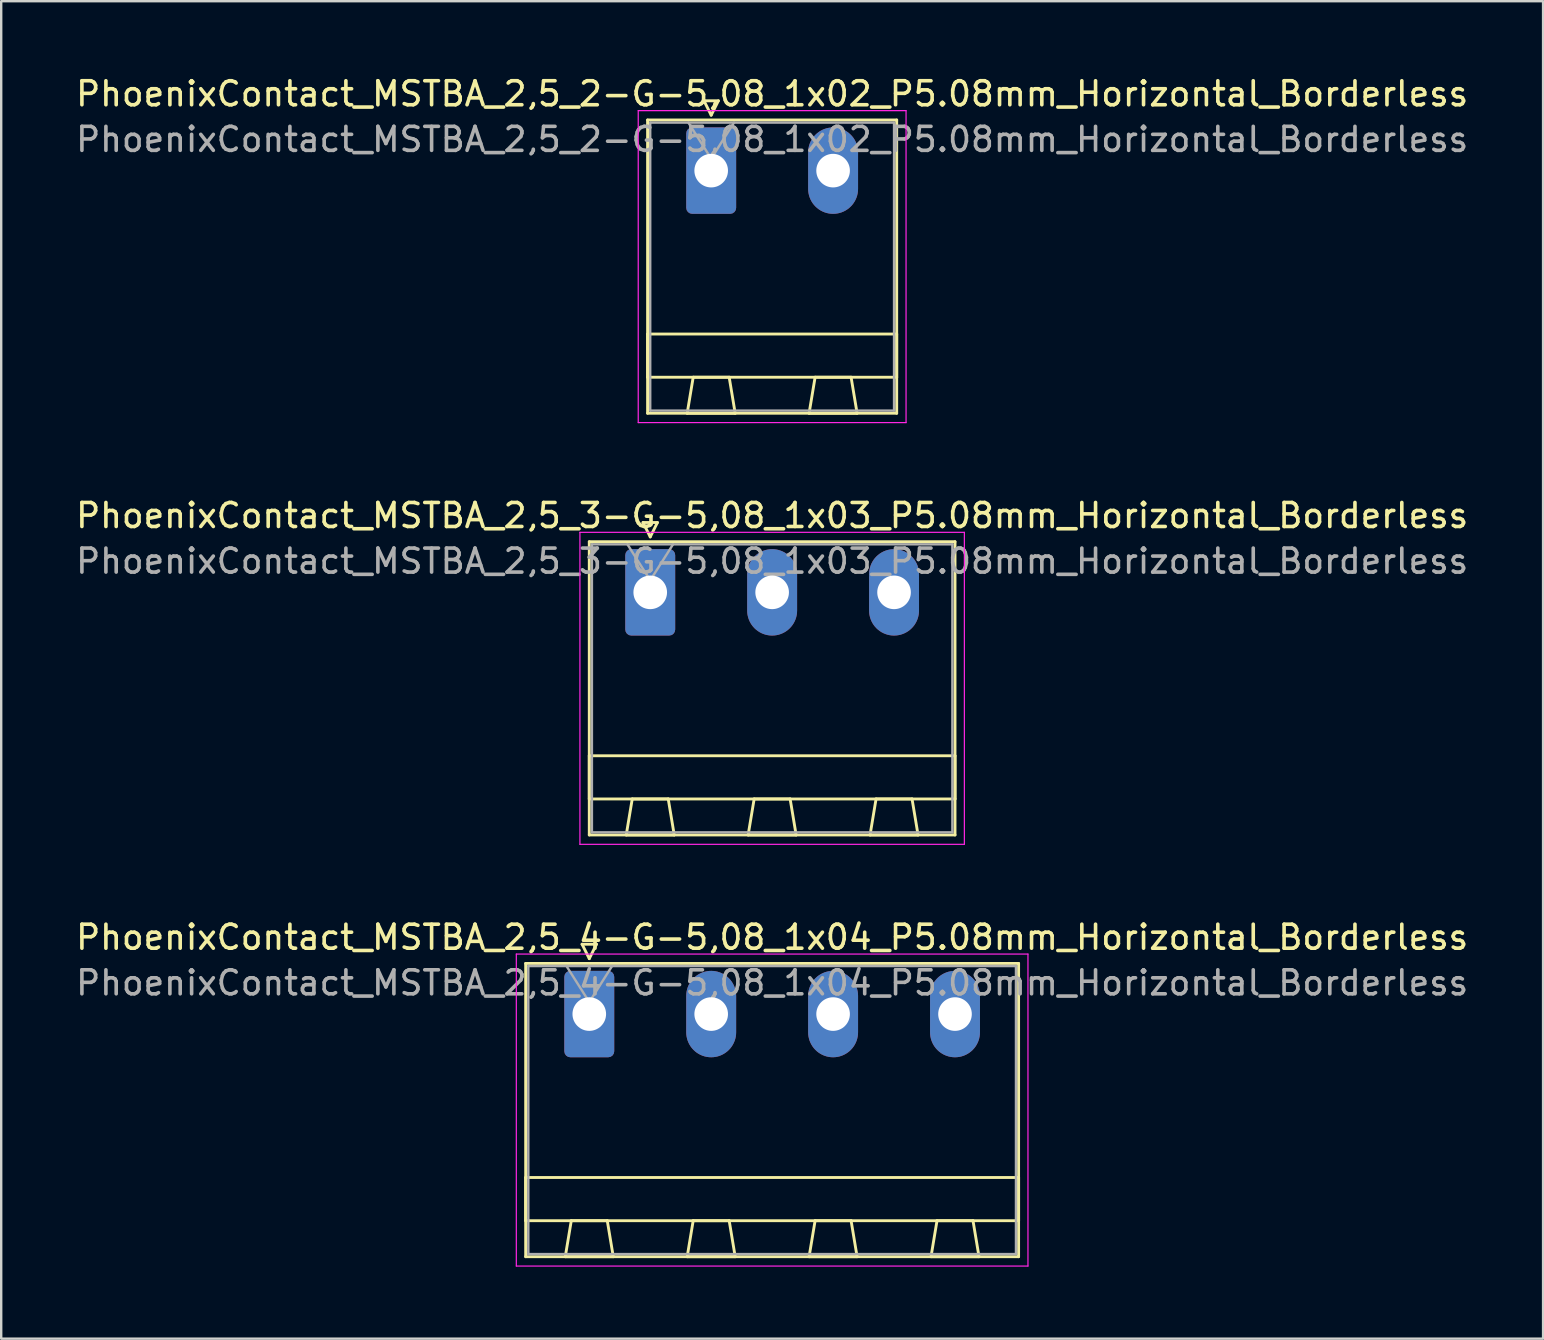
<source format=kicad_pcb>
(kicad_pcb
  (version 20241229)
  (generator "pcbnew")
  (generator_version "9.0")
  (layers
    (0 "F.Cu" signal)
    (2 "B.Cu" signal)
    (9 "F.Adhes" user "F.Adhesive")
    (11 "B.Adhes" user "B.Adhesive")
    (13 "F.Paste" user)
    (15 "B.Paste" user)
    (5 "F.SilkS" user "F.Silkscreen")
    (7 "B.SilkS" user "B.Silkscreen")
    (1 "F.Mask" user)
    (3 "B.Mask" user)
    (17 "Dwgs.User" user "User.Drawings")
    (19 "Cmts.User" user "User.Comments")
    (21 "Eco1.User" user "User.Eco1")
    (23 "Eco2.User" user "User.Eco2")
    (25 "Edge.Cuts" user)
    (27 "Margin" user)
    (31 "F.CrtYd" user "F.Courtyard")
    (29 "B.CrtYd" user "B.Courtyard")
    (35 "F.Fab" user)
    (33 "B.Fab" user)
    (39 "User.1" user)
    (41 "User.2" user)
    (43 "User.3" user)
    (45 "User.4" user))
  (footprint "PhoenixContact_MSTBA_2,5_4-G-5,08_1x04_P5.08mm_Horizontal_Borderless"
    (layer "F.Cu")
    (at 21.505 39.206)
    (property "Reference" "PhoenixContact_MSTBA_2,5_4-G-5,08_1x04_P5.08mm_Horizontal_Borderless" (at 7.62 -3.2 0) (layer "F.SilkS") (effects (font (size 1 1) (thickness 0.15))))
    (attr through_hole)
    (fp_line (start -2.65 -2.11) (end -2.65 10.11) (stroke (width 0.12) (type solid)) (layer "F.SilkS"))
    (fp_line (start -2.65 6.81) (end 17.89 6.81) (stroke (width 0.12) (type solid)) (layer "F.SilkS"))
    (fp_line (start -2.65 8.61) (end -2.65 6.81) (stroke (width 0.12) (type solid)) (layer "F.SilkS"))
    (fp_line (start -2.65 10.11) (end 17.89 10.11) (stroke (width 0.12) (type solid)) (layer "F.SilkS"))
    (fp_line (start -1 10.11) (end 1 10.11) (stroke (width 0.12) (type solid)) (layer "F.SilkS"))
    (fp_line (start -0.75 8.61) (end -1 10.11) (stroke (width 0.12) (type solid)) (layer "F.SilkS"))
    (fp_line (start -0.3 -2.91) (end 0.3 -2.91) (stroke (width 0.12) (type solid)) (layer "F.SilkS"))
    (fp_line (start 0 -2.31) (end -0.3 -2.91) (stroke (width 0.12) (type solid)) (layer "F.SilkS"))
    (fp_line (start 0.3 -2.91) (end 0 -2.31) (stroke (width 0.12) (type solid)) (layer "F.SilkS"))
    (fp_line (start 0.75 8.61) (end -0.75 8.61) (stroke (width 0.12) (type solid)) (layer "F.SilkS"))
    (fp_line (start 1 10.11) (end 0.75 8.61) (stroke (width 0.12) (type solid)) (layer "F.SilkS"))
    (fp_line (start 4.08 10.11) (end 6.08 10.11) (stroke (width 0.12) (type solid)) (layer "F.SilkS"))
    (fp_line (start 4.33 8.61) (end 4.08 10.11) (stroke (width 0.12) (type solid)) (layer "F.SilkS"))
    (fp_line (start 5.83 8.61) (end 4.33 8.61) (stroke (width 0.12) (type solid)) (layer "F.SilkS"))
    (fp_line (start 6.08 10.11) (end 5.83 8.61) (stroke (width 0.12) (type solid)) (layer "F.SilkS"))
    (fp_line (start 9.16 10.11) (end 11.16 10.11) (stroke (width 0.12) (type solid)) (layer "F.SilkS"))
    (fp_line (start 9.41 8.61) (end 9.16 10.11) (stroke (width 0.12) (type solid)) (layer "F.SilkS"))
    (fp_line (start 10.91 8.61) (end 9.41 8.61) (stroke (width 0.12) (type solid)) (layer "F.SilkS"))
    (fp_line (start 11.16 10.11) (end 10.91 8.61) (stroke (width 0.12) (type solid)) (layer "F.SilkS"))
    (fp_line (start 14.24 10.11) (end 16.24 10.11) (stroke (width 0.12) (type solid)) (layer "F.SilkS"))
    (fp_line (start 14.49 8.61) (end 14.24 10.11) (stroke (width 0.12) (type solid)) (layer "F.SilkS"))
    (fp_line (start 15.99 8.61) (end 14.49 8.61) (stroke (width 0.12) (type solid)) (layer "F.SilkS"))
    (fp_line (start 16.24 10.11) (end 15.99 8.61) (stroke (width 0.12) (type solid)) (layer "F.SilkS"))
    (fp_line (start 17.89 -2.11) (end -2.65 -2.11) (stroke (width 0.12) (type solid)) (layer "F.SilkS"))
    (fp_line (start 17.89 6.81) (end 17.89 8.61) (stroke (width 0.12) (type solid)) (layer "F.SilkS"))
    (fp_line (start 17.89 8.61) (end -2.65 8.61) (stroke (width 0.12) (type solid)) (layer "F.SilkS"))
    (fp_line (start 17.89 10.11) (end 17.89 -2.11) (stroke (width 0.12) (type solid)) (layer "F.SilkS"))
    (fp_line (start -3.04 -2.5) (end -3.04 10.5) (stroke (width 0.05) (type solid)) (layer "F.CrtYd"))
    (fp_line (start -3.04 10.5) (end 18.28 10.5) (stroke (width 0.05) (type solid)) (layer "F.CrtYd"))
    (fp_line (start 18.28 -2.5) (end -3.04 -2.5) (stroke (width 0.05) (type solid)) (layer "F.CrtYd"))
    (fp_line (start 18.28 10.5) (end 18.28 -2.5) (stroke (width 0.05) (type solid)) (layer "F.CrtYd"))
    (fp_line (start -2.54 -2) (end -2.54 10) (stroke (width 0.1) (type solid)) (layer "F.Fab"))
    (fp_line (start -2.54 10) (end 17.78 10) (stroke (width 0.1) (type solid)) (layer "F.Fab"))
    (fp_line (start 0 -0.5) (end -0.95 -2) (stroke (width 0.1) (type solid)) (layer "F.Fab"))
    (fp_line (start 0.95 -2) (end 0 -0.5) (stroke (width 0.1) (type solid)) (layer "F.Fab"))
    (fp_line (start 17.78 -2) (end -2.54 -2) (stroke (width 0.1) (type solid)) (layer "F.Fab"))
    (fp_line (start 17.78 10) (end 17.78 -2) (stroke (width 0.1) (type solid)) (layer "F.Fab"))
    (fp_text user "${REFERENCE}" (at 7.62 -1.3 0) (layer "F.Fab") (effects (font (size 1 1) (thickness 0.15))))
    (pad "1" thru_hole roundrect (at 0 0) (size 2.08 3.6) (drill 1.4) (layers "*.Cu" "*.Mask") (roundrect_rratio 0.12))
    (pad "2" thru_hole oval (at 5.08 0) (size 2.08 3.6) (drill 1.4) (layers "*.Cu" "*.Mask"))
    (pad "3" thru_hole oval (at 10.16 0) (size 2.08 3.6) (drill 1.4) (layers "*.Cu" "*.Mask"))
    (pad "4" thru_hole oval (at 15.24 0) (size 2.08 3.6) (drill 1.4) (layers "*.Cu" "*.Mask")))
  (footprint "PhoenixContact_MSTBA_2,5_2-G-5,08_1x02_P5.08mm_Horizontal_Borderless"
    (layer "F.Cu")
    (at 21.505 0.25)
    (property "Reference" "PhoenixContact_MSTBA_2,5_2-G-5,08_1x02_P5.08mm_Horizontal_Borderless" (at 7.62 0.61 0) (layer "F.SilkS") (effects (font (size 1 1) (thickness 0.15))))
    (attr through_hole)
    (fp_line (start 2.43 1.7) (end 2.43 13.92) (stroke (width 0.12) (type solid)) (layer "F.SilkS"))
    (fp_line (start 2.43 10.62) (end 12.81 10.62) (stroke (width 0.12) (type solid)) (layer "F.SilkS"))
    (fp_line (start 2.43 12.42) (end 2.43 10.62) (stroke (width 0.12) (type solid)) (layer "F.SilkS"))
    (fp_line (start 2.43 13.92) (end 12.81 13.92) (stroke (width 0.12) (type solid)) (layer "F.SilkS"))
    (fp_line (start 4.08 13.92) (end 6.08 13.92) (stroke (width 0.12) (type solid)) (layer "F.SilkS"))
    (fp_line (start 4.33 12.42) (end 4.08 13.92) (stroke (width 0.12) (type solid)) (layer "F.SilkS"))
    (fp_line (start 4.78 0.9) (end 5.38 0.9) (stroke (width 0.12) (type solid)) (layer "F.SilkS"))
    (fp_line (start 5.08 1.5) (end 4.78 0.9) (stroke (width 0.12) (type solid)) (layer "F.SilkS"))
    (fp_line (start 5.38 0.9) (end 5.08 1.5) (stroke (width 0.12) (type solid)) (layer "F.SilkS"))
    (fp_line (start 5.83 12.42) (end 4.33 12.42) (stroke (width 0.12) (type solid)) (layer "F.SilkS"))
    (fp_line (start 6.08 13.92) (end 5.83 12.42) (stroke (width 0.12) (type solid)) (layer "F.SilkS"))
    (fp_line (start 9.16 13.92) (end 11.16 13.92) (stroke (width 0.12) (type solid)) (layer "F.SilkS"))
    (fp_line (start 9.41 12.42) (end 9.16 13.92) (stroke (width 0.12) (type solid)) (layer "F.SilkS"))
    (fp_line (start 10.91 12.42) (end 9.41 12.42) (stroke (width 0.12) (type solid)) (layer "F.SilkS"))
    (fp_line (start 11.16 13.92) (end 10.91 12.42) (stroke (width 0.12) (type solid)) (layer "F.SilkS"))
    (fp_line (start 12.81 1.7) (end 2.43 1.7) (stroke (width 0.12) (type solid)) (layer "F.SilkS"))
    (fp_line (start 12.81 10.62) (end 12.81 12.42) (stroke (width 0.12) (type solid)) (layer "F.SilkS"))
    (fp_line (start 12.81 12.42) (end 2.43 12.42) (stroke (width 0.12) (type solid)) (layer "F.SilkS"))
    (fp_line (start 12.81 13.92) (end 12.81 1.7) (stroke (width 0.12) (type solid)) (layer "F.SilkS"))
    (fp_line (start 2.04 1.31) (end 2.04 14.31) (stroke (width 0.05) (type solid)) (layer "F.CrtYd"))
    (fp_line (start 2.04 14.31) (end 13.2 14.31) (stroke (width 0.05) (type solid)) (layer "F.CrtYd"))
    (fp_line (start 13.2 1.31) (end 2.04 1.31) (stroke (width 0.05) (type solid)) (layer "F.CrtYd"))
    (fp_line (start 13.2 14.31) (end 13.2 1.31) (stroke (width 0.05) (type solid)) (layer "F.CrtYd"))
    (fp_line (start 2.54 1.81) (end 2.54 13.81) (stroke (width 0.1) (type solid)) (layer "F.Fab"))
    (fp_line (start 2.54 13.81) (end 12.7 13.81) (stroke (width 0.1) (type solid)) (layer "F.Fab"))
    (fp_line (start 5.08 3.31) (end 4.13 1.81) (stroke (width 0.1) (type solid)) (layer "F.Fab"))
    (fp_line (start 6.03 1.81) (end 5.08 3.31) (stroke (width 0.1) (type solid)) (layer "F.Fab"))
    (fp_line (start 12.7 1.81) (end 2.54 1.81) (stroke (width 0.1) (type solid)) (layer "F.Fab"))
    (fp_line (start 12.7 13.81) (end 12.7 1.81) (stroke (width 0.1) (type solid)) (layer "F.Fab"))
    (fp_text user "${REFERENCE}" (at 7.62 2.51 0) (layer "F.Fab") (effects (font (size 1 1) (thickness 0.15))))
    (pad "1" thru_hole roundrect (at 5.08 3.81) (size 2.08 3.6) (drill 1.4) (layers "*.Cu" "*.Mask") (roundrect_rratio 0.12))
    (pad "2" thru_hole oval (at 10.16 3.81) (size 2.08 3.6) (drill 1.4) (layers "*.Cu" "*.Mask")))
  (footprint "PhoenixContact_MSTBA_2,5_3-G-5,08_1x03_P5.08mm_Horizontal_Borderless"
    (layer "F.Cu")
    (at 21.505 19.093)
    (property "Reference" "PhoenixContact_MSTBA_2,5_3-G-5,08_1x03_P5.08mm_Horizontal_Borderless" (at 7.62 -0.66 0) (layer "F.SilkS") (effects (font (size 1 1) (thickness 0.15))))
    (attr through_hole)
    (fp_line (start 0 0.43) (end 0 12.65) (stroke (width 0.12) (type solid)) (layer "F.SilkS"))
    (fp_line (start 0 9.35) (end 15.24 9.35) (stroke (width 0.12) (type solid)) (layer "F.SilkS"))
    (fp_line (start 0 11.15) (end 0 9.35) (stroke (width 0.12) (type solid)) (layer "F.SilkS"))
    (fp_line (start 0 12.65) (end 15.24 12.65) (stroke (width 0.12) (type solid)) (layer "F.SilkS"))
    (fp_line (start 1.54 12.65) (end 3.54 12.65) (stroke (width 0.12) (type solid)) (layer "F.SilkS"))
    (fp_line (start 1.79 11.15) (end 1.54 12.65) (stroke (width 0.12) (type solid)) (layer "F.SilkS"))
    (fp_line (start 2.24 -0.37) (end 2.84 -0.37) (stroke (width 0.12) (type solid)) (layer "F.SilkS"))
    (fp_line (start 2.54 0.23) (end 2.24 -0.37) (stroke (width 0.12) (type solid)) (layer "F.SilkS"))
    (fp_line (start 2.84 -0.37) (end 2.54 0.23) (stroke (width 0.12) (type solid)) (layer "F.SilkS"))
    (fp_line (start 3.29 11.15) (end 1.79 11.15) (stroke (width 0.12) (type solid)) (layer "F.SilkS"))
    (fp_line (start 3.54 12.65) (end 3.29 11.15) (stroke (width 0.12) (type solid)) (layer "F.SilkS"))
    (fp_line (start 6.62 12.65) (end 8.62 12.65) (stroke (width 0.12) (type solid)) (layer "F.SilkS"))
    (fp_line (start 6.87 11.15) (end 6.62 12.65) (stroke (width 0.12) (type solid)) (layer "F.SilkS"))
    (fp_line (start 8.37 11.15) (end 6.87 11.15) (stroke (width 0.12) (type solid)) (layer "F.SilkS"))
    (fp_line (start 8.62 12.65) (end 8.37 11.15) (stroke (width 0.12) (type solid)) (layer "F.SilkS"))
    (fp_line (start 11.7 12.65) (end 13.7 12.65) (stroke (width 0.12) (type solid)) (layer "F.SilkS"))
    (fp_line (start 11.95 11.15) (end 11.7 12.65) (stroke (width 0.12) (type solid)) (layer "F.SilkS"))
    (fp_line (start 13.45 11.15) (end 11.95 11.15) (stroke (width 0.12) (type solid)) (layer "F.SilkS"))
    (fp_line (start 13.7 12.65) (end 13.45 11.15) (stroke (width 0.12) (type solid)) (layer "F.SilkS"))
    (fp_line (start 15.24 0.43) (end 0 0.43) (stroke (width 0.12) (type solid)) (layer "F.SilkS"))
    (fp_line (start 15.24 9.35) (end 15.24 11.15) (stroke (width 0.12) (type solid)) (layer "F.SilkS"))
    (fp_line (start 15.24 11.15) (end 0 11.15) (stroke (width 0.12) (type solid)) (layer "F.SilkS"))
    (fp_line (start 15.24 12.65) (end 15.24 0.43) (stroke (width 0.12) (type solid)) (layer "F.SilkS"))
    (fp_line (start -0.39 0.04) (end -0.39 13.04) (stroke (width 0.05) (type solid)) (layer "F.CrtYd"))
    (fp_line (start -0.39 13.04) (end 15.63 13.04) (stroke (width 0.05) (type solid)) (layer "F.CrtYd"))
    (fp_line (start 15.63 0.04) (end -0.39 0.04) (stroke (width 0.05) (type solid)) (layer "F.CrtYd"))
    (fp_line (start 15.63 13.04) (end 15.63 0.04) (stroke (width 0.05) (type solid)) (layer "F.CrtYd"))
    (fp_line (start 0.11 0.54) (end 0.11 12.54) (stroke (width 0.1) (type solid)) (layer "F.Fab"))
    (fp_line (start 0.11 12.54) (end 15.13 12.54) (stroke (width 0.1) (type solid)) (layer "F.Fab"))
    (fp_line (start 2.54 2.04) (end 1.59 0.54) (stroke (width 0.1) (type solid)) (layer "F.Fab"))
    (fp_line (start 3.49 0.54) (end 2.54 2.04) (stroke (width 0.1) (type solid)) (layer "F.Fab"))
    (fp_line (start 15.13 0.54) (end 0.11 0.54) (stroke (width 0.1) (type solid)) (layer "F.Fab"))
    (fp_line (start 15.13 12.54) (end 15.13 0.54) (stroke (width 0.1) (type solid)) (layer "F.Fab"))
    (fp_text user "${REFERENCE}" (at 7.62 1.24 0) (layer "F.Fab") (effects (font (size 1 1) (thickness 0.15))))
    (pad "1" thru_hole roundrect (at 2.54 2.54) (size 2.08 3.6) (drill 1.4) (layers "*.Cu" "*.Mask") (roundrect_rratio 0.12))
    (pad "2" thru_hole oval (at 7.62 2.54) (size 2.08 3.6) (drill 1.4) (layers "*.Cu" "*.Mask"))
    (pad "3" thru_hole oval (at 12.7 2.54) (size 2.08 3.6) (drill 1.4) (layers "*.Cu" "*.Mask")))
  (gr_rect
    (start -3 -3)
    (end 61.25 52.731)
    (stroke (width 0.1) (type default))
    (fill no)
    (layer "Edge.Cuts")))
</source>
